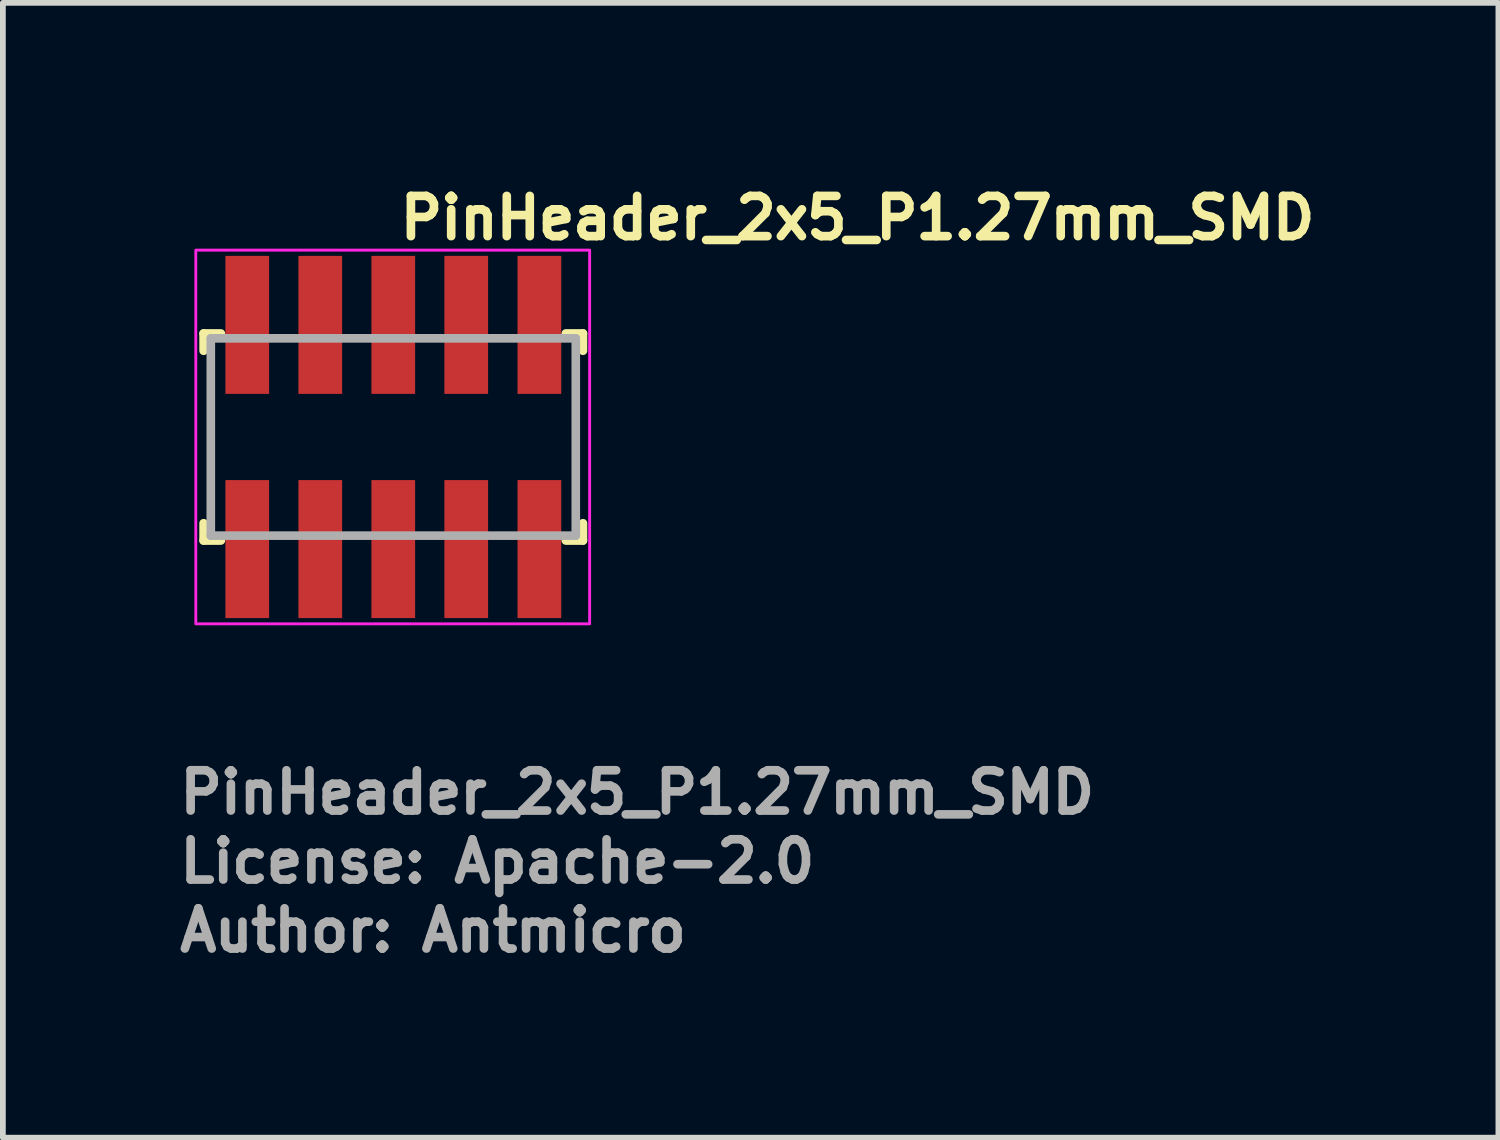
<source format=kicad_pcb>
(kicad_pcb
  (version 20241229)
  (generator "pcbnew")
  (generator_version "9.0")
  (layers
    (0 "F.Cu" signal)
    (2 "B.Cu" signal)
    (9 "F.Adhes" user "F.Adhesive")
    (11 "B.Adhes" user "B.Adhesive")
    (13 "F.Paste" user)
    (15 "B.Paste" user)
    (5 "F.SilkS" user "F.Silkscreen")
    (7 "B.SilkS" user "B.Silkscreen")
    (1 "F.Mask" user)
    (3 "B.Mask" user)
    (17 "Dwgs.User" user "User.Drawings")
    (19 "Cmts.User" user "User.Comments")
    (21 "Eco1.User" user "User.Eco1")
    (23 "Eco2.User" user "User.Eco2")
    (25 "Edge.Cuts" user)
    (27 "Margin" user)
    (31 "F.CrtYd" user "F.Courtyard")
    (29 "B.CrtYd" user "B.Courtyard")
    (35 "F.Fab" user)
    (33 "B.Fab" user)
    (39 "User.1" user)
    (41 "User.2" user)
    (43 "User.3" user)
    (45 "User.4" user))
  (footprint "PinHeader_2x5_P1.27mm_SMD"
    (layer "F.Cu")
    (at 3.831 4.55)
    (property "Reference" "PinHeader_2x5_P1.27mm_SMD" (at 0 -3.4 0) (layer "F.SilkS") (effects (font (size 0.7 0.7) (thickness 0.15)) (justify left bottom)))
    (attr smd)
    (fp_line (start -3.34 -1.801) (end -3.34 -1.5) (stroke (width 0.15) (type solid)) (layer "F.SilkS"))
    (fp_line (start -3.34 1.8) (end -3.34 1.499) (stroke (width 0.15) (type solid)) (layer "F.SilkS"))
    (fp_line (start -3.04 -1.801) (end -3.34 -1.801) (stroke (width 0.15) (type solid)) (layer "F.SilkS"))
    (fp_line (start -3.04 1.8) (end -3.34 1.8) (stroke (width 0.15) (type solid)) (layer "F.SilkS"))
    (fp_line (start 2.959 -1.801) (end 3.257 -1.801) (stroke (width 0.15) (type solid)) (layer "F.SilkS"))
    (fp_line (start 2.959 1.8) (end 3.257 1.8) (stroke (width 0.15) (type solid)) (layer "F.SilkS"))
    (fp_line (start 3.257 -1.801) (end 3.257 -1.5) (stroke (width 0.15) (type solid)) (layer "F.SilkS"))
    (fp_line (start 3.257 1.8) (end 3.257 1.499) (stroke (width 0.15) (type solid)) (layer "F.SilkS"))
    (fp_rect (start -3.476 -3.25) (end 3.373 3.249) (stroke (width 0.05) (type solid)) (fill no) (layer "F.CrtYd"))
    (fp_line (start -3.215 -1.716) (end -3.215 1.715) (stroke (width 0.15) (type solid)) (layer "F.Fab"))
    (fp_line (start 3.132 -1.716) (end -3.215 -1.716) (stroke (width 0.15) (type solid)) (layer "F.Fab"))
    (fp_line (start 3.132 -1.716) (end 3.132 1.715) (stroke (width 0.15) (type solid)) (layer "F.Fab"))
    (fp_line (start 3.132 1.715) (end -3.215 1.715) (stroke (width 0.15) (type solid)) (layer "F.Fab"))
    (fp_rect (start -3.176 -2.75) (end 3.173 2.749) (stroke (width 0.1) (type solid)) (fill no) (layer "User.5"))
    (fp_line (start -3.176 -1.44) (end -3.176 1.439) (stroke (width 0.02) (type solid)) (layer "User.9"))
    (fp_line (start -3.176 1.439) (end -3.025 1.699) (stroke (width 0.02) (type solid)) (layer "User.9"))
    (fp_line (start -3.025 -1.7) (end -3.176 -1.44) (stroke (width 0.02) (type solid)) (layer "User.9"))
    (fp_line (start -3.025 1.699) (end -2.057 1.699) (stroke (width 0.02) (type solid)) (layer "User.9"))
    (fp_line (start -2.742 -1.7) (end -2.742 -2.75) (stroke (width 0.02) (type solid)) (layer "User.9"))
    (fp_line (start -2.742 -0.835) (end -2.742 -0.435) (stroke (width 0.02) (type solid)) (layer "User.9"))
    (fp_line (start -2.742 -0.435) (end -2.34 -0.435) (stroke (width 0.02) (type solid)) (layer "User.9"))
    (fp_line (start -2.742 0.433) (end -2.34 0.433) (stroke (width 0.02) (type solid)) (layer "User.9"))
    (fp_line (start -2.742 0.833) (end -2.742 0.433) (stroke (width 0.02) (type solid)) (layer "User.9"))
    (fp_line (start -2.742 1.699) (end -2.742 2.749) (stroke (width 0.02) (type solid)) (layer "User.9"))
    (fp_line (start -2.34 -2.75) (end -2.742 -2.75) (stroke (width 0.02) (type solid)) (layer "User.9"))
    (fp_line (start -2.34 -1.7) (end -2.34 -2.75) (stroke (width 0.02) (type solid)) (layer "User.9"))
    (fp_line (start -2.34 -0.835) (end -2.742 -0.835) (stroke (width 0.02) (type solid)) (layer "User.9"))
    (fp_line (start -2.34 -0.435) (end -2.34 -0.835) (stroke (width 0.02) (type solid)) (layer "User.9"))
    (fp_line (start -2.34 0.433) (end -2.34 0.833) (stroke (width 0.02) (type solid)) (layer "User.9"))
    (fp_line (start -2.34 0.833) (end -2.742 0.833) (stroke (width 0.02) (type solid)) (layer "User.9"))
    (fp_line (start -2.34 1.699) (end -2.34 2.749) (stroke (width 0.02) (type solid)) (layer "User.9"))
    (fp_line (start -2.34 2.749) (end -2.742 2.749) (stroke (width 0.02) (type solid)) (layer "User.9"))
    (fp_line (start -2.057 -1.7) (end -3.025 -1.7) (stroke (width 0.02) (type solid)) (layer "User.9"))
    (fp_line (start -2.057 1.699) (end -1.905 1.439) (stroke (width 0.02) (type solid)) (layer "User.9"))
    (fp_line (start -1.905 -1.44) (end -2.057 -1.7) (stroke (width 0.02) (type solid)) (layer "User.9"))
    (fp_line (start -1.905 1.439) (end -1.756 1.699) (stroke (width 0.02) (type solid)) (layer "User.9"))
    (fp_line (start -1.756 -1.7) (end -1.905 -1.44) (stroke (width 0.02) (type solid)) (layer "User.9"))
    (fp_line (start -1.756 1.699) (end -0.787 1.699) (stroke (width 0.02) (type solid)) (layer "User.9"))
    (fp_line (start -1.47 -1.7) (end -1.47 -2.75) (stroke (width 0.02) (type solid)) (layer "User.9"))
    (fp_line (start -1.47 -0.835) (end -1.47 -0.435) (stroke (width 0.02) (type solid)) (layer "User.9"))
    (fp_line (start -1.47 -0.435) (end -1.071 -0.435) (stroke (width 0.02) (type solid)) (layer "User.9"))
    (fp_line (start -1.47 0.433) (end -1.071 0.433) (stroke (width 0.02) (type solid)) (layer "User.9"))
    (fp_line (start -1.47 0.833) (end -1.47 0.433) (stroke (width 0.02) (type solid)) (layer "User.9"))
    (fp_line (start -1.47 1.699) (end -1.47 2.749) (stroke (width 0.02) (type solid)) (layer "User.9"))
    (fp_line (start -1.071 -2.75) (end -1.47 -2.75) (stroke (width 0.02) (type solid)) (layer "User.9"))
    (fp_line (start -1.071 -1.7) (end -1.071 -2.75) (stroke (width 0.02) (type solid)) (layer "User.9"))
    (fp_line (start -1.071 -0.835) (end -1.47 -0.835) (stroke (width 0.02) (type solid)) (layer "User.9"))
    (fp_line (start -1.071 -0.435) (end -1.071 -0.835) (stroke (width 0.02) (type solid)) (layer "User.9"))
    (fp_line (start -1.071 0.433) (end -1.071 0.833) (stroke (width 0.02) (type solid)) (layer "User.9"))
    (fp_line (start -1.071 0.833) (end -1.47 0.833) (stroke (width 0.02) (type solid)) (layer "User.9"))
    (fp_line (start -1.071 1.699) (end -1.071 2.749) (stroke (width 0.02) (type solid)) (layer "User.9"))
    (fp_line (start -1.071 2.749) (end -1.47 2.749) (stroke (width 0.02) (type solid)) (layer "User.9"))
    (fp_line (start -0.787 -1.7) (end -1.756 -1.7) (stroke (width 0.02) (type solid)) (layer "User.9"))
    (fp_line (start -0.787 1.699) (end -0.635 1.439) (stroke (width 0.02) (type solid)) (layer "User.9"))
    (fp_line (start -0.635 -1.44) (end -0.787 -1.7) (stroke (width 0.02) (type solid)) (layer "User.9"))
    (fp_line (start -0.635 1.439) (end -0.486 1.699) (stroke (width 0.02) (type solid)) (layer "User.9"))
    (fp_line (start -0.486 -1.7) (end -0.635 -1.44) (stroke (width 0.02) (type solid)) (layer "User.9"))
    (fp_line (start -0.486 1.699) (end 0.483 1.699) (stroke (width 0.02) (type solid)) (layer "User.9"))
    (fp_line (start -0.202 -1.7) (end -0.202 -2.75) (stroke (width 0.02) (type solid)) (layer "User.9"))
    (fp_line (start -0.202 -0.835) (end -0.202 -0.435) (stroke (width 0.02) (type solid)) (layer "User.9"))
    (fp_line (start -0.202 -0.435) (end 0.199 -0.435) (stroke (width 0.02) (type solid)) (layer "User.9"))
    (fp_line (start -0.202 0.433) (end 0.199 0.433) (stroke (width 0.02) (type solid)) (layer "User.9"))
    (fp_line (start -0.202 0.833) (end -0.202 0.433) (stroke (width 0.02) (type solid)) (layer "User.9"))
    (fp_line (start -0.202 1.699) (end -0.202 2.749) (stroke (width 0.02) (type solid)) (layer "User.9"))
    (fp_line (start 0.199 -2.75) (end -0.202 -2.75) (stroke (width 0.02) (type solid)) (layer "User.9"))
    (fp_line (start 0.199 -1.7) (end 0.199 -2.75) (stroke (width 0.02) (type solid)) (layer "User.9"))
    (fp_line (start 0.199 -0.835) (end -0.202 -0.835) (stroke (width 0.02) (type solid)) (layer "User.9"))
    (fp_line (start 0.199 -0.435) (end 0.199 -0.835) (stroke (width 0.02) (type solid)) (layer "User.9"))
    (fp_line (start 0.199 0.433) (end 0.199 0.833) (stroke (width 0.02) (type solid)) (layer "User.9"))
    (fp_line (start 0.199 0.833) (end -0.202 0.833) (stroke (width 0.02) (type solid)) (layer "User.9"))
    (fp_line (start 0.199 1.699) (end 0.199 2.749) (stroke (width 0.02) (type solid)) (layer "User.9"))
    (fp_line (start 0.199 2.749) (end -0.202 2.749) (stroke (width 0.02) (type solid)) (layer "User.9"))
    (fp_line (start 0.483 -1.7) (end -0.486 -1.7) (stroke (width 0.02) (type solid)) (layer "User.9"))
    (fp_line (start 0.483 1.699) (end 0.633 1.439) (stroke (width 0.02) (type solid)) (layer "User.9"))
    (fp_line (start 0.633 -1.44) (end 0.483 -1.7) (stroke (width 0.02) (type solid)) (layer "User.9"))
    (fp_line (start 0.633 1.439) (end 0.784 1.699) (stroke (width 0.02) (type solid)) (layer "User.9"))
    (fp_line (start 0.784 -1.7) (end 0.633 -1.44) (stroke (width 0.02) (type solid)) (layer "User.9"))
    (fp_line (start 0.784 1.699) (end 1.753 1.699) (stroke (width 0.02) (type solid)) (layer "User.9"))
    (fp_line (start 1.07 -1.7) (end 1.07 -2.75) (stroke (width 0.02) (type solid)) (layer "User.9"))
    (fp_line (start 1.07 -0.835) (end 1.07 -0.435) (stroke (width 0.02) (type solid)) (layer "User.9"))
    (fp_line (start 1.07 -0.435) (end 1.469 -0.435) (stroke (width 0.02) (type solid)) (layer "User.9"))
    (fp_line (start 1.07 0.433) (end 1.469 0.433) (stroke (width 0.02) (type solid)) (layer "User.9"))
    (fp_line (start 1.07 0.833) (end 1.07 0.433) (stroke (width 0.02) (type solid)) (layer "User.9"))
    (fp_line (start 1.07 1.699) (end 1.07 2.749) (stroke (width 0.02) (type solid)) (layer "User.9"))
    (fp_line (start 1.469 -2.75) (end 1.07 -2.75) (stroke (width 0.02) (type solid)) (layer "User.9"))
    (fp_line (start 1.469 -1.7) (end 1.469 -2.75) (stroke (width 0.02) (type solid)) (layer "User.9"))
    (fp_line (start 1.469 -0.835) (end 1.07 -0.835) (stroke (width 0.02) (type solid)) (layer "User.9"))
    (fp_line (start 1.469 -0.435) (end 1.469 -0.835) (stroke (width 0.02) (type solid)) (layer "User.9"))
    (fp_line (start 1.469 0.433) (end 1.469 0.833) (stroke (width 0.02) (type solid)) (layer "User.9"))
    (fp_line (start 1.469 0.833) (end 1.07 0.833) (stroke (width 0.02) (type solid)) (layer "User.9"))
    (fp_line (start 1.469 1.699) (end 1.469 2.749) (stroke (width 0.02) (type solid)) (layer "User.9"))
    (fp_line (start 1.469 2.749) (end 1.07 2.749) (stroke (width 0.02) (type solid)) (layer "User.9"))
    (fp_line (start 1.753 -1.7) (end 0.784 -1.7) (stroke (width 0.02) (type solid)) (layer "User.9"))
    (fp_line (start 1.753 1.699) (end 1.904 1.439) (stroke (width 0.02) (type solid)) (layer "User.9"))
    (fp_line (start 1.904 -1.44) (end 1.753 -1.7) (stroke (width 0.02) (type solid)) (layer "User.9"))
    (fp_line (start 1.904 1.439) (end 2.055 1.699) (stroke (width 0.02) (type solid)) (layer "User.9"))
    (fp_line (start 2.055 -1.7) (end 1.904 -1.44) (stroke (width 0.02) (type solid)) (layer "User.9"))
    (fp_line (start 2.055 1.699) (end 3.023 1.699) (stroke (width 0.02) (type solid)) (layer "User.9"))
    (fp_line (start 2.338 -1.7) (end 2.338 -2.75) (stroke (width 0.02) (type solid)) (layer "User.9"))
    (fp_line (start 2.338 -0.835) (end 2.338 -0.435) (stroke (width 0.02) (type solid)) (layer "User.9"))
    (fp_line (start 2.338 -0.435) (end 2.738 -0.435) (stroke (width 0.02) (type solid)) (layer "User.9"))
    (fp_line (start 2.338 0.433) (end 2.738 0.433) (stroke (width 0.02) (type solid)) (layer "User.9"))
    (fp_line (start 2.338 0.833) (end 2.338 0.433) (stroke (width 0.02) (type solid)) (layer "User.9"))
    (fp_line (start 2.338 1.699) (end 2.338 2.749) (stroke (width 0.02) (type solid)) (layer "User.9"))
    (fp_line (start 2.738 -2.75) (end 2.338 -2.75) (stroke (width 0.02) (type solid)) (layer "User.9"))
    (fp_line (start 2.738 -1.7) (end 2.738 -2.75) (stroke (width 0.02) (type solid)) (layer "User.9"))
    (fp_line (start 2.738 -0.835) (end 2.338 -0.835) (stroke (width 0.02) (type solid)) (layer "User.9"))
    (fp_line (start 2.738 -0.435) (end 2.738 -0.835) (stroke (width 0.02) (type solid)) (layer "User.9"))
    (fp_line (start 2.738 0.433) (end 2.738 0.833) (stroke (width 0.02) (type solid)) (layer "User.9"))
    (fp_line (start 2.738 0.833) (end 2.338 0.833) (stroke (width 0.02) (type solid)) (layer "User.9"))
    (fp_line (start 2.738 1.699) (end 2.738 2.749) (stroke (width 0.02) (type solid)) (layer "User.9"))
    (fp_line (start 2.738 2.749) (end 2.338 2.749) (stroke (width 0.02) (type solid)) (layer "User.9"))
    (fp_line (start 3.023 -1.7) (end 2.055 -1.7) (stroke (width 0.02) (type solid)) (layer "User.9"))
    (fp_line (start 3.023 1.699) (end 3.173 1.439) (stroke (width 0.02) (type solid)) (layer "User.9"))
    (fp_line (start 3.173 -1.44) (end 3.023 -1.7) (stroke (width 0.02) (type solid)) (layer "User.9"))
    (fp_line (start 3.173 1.439) (end 3.173 -1.44) (stroke (width 0.02) (type solid)) (layer "User.9"))
    (fp_text user "${REFERENCE}" (at -3.831 6.589 0) (layer "F.Fab") (effects (font (size 0.7 0.7) (thickness 0.15)) (justify left bottom)))
    (fp_text user "License: Apache-2.0" (at -3.831 7.789 0) (layer "F.Fab") (effects (font (size 0.7 0.7) (thickness 0.15)) (justify left bottom)))
    (fp_text user "Author: Antmicro" (at -3.831 8.989 0) (layer "F.Fab") (effects (font (size 0.7 0.7) (thickness 0.15)) (justify left bottom)))
    (pad "1" smd rect (at -2.581 1.949) (size 0.76 2.4) (layers "F.Cu" "F.Mask" "F.Paste"))
    (pad "2" smd rect (at -2.581 -1.95) (size 0.76 2.4) (layers "F.Cu" "F.Mask" "F.Paste"))
    (pad "3" smd rect (at -1.311 1.949) (size 0.76 2.4) (layers "F.Cu" "F.Mask" "F.Paste"))
    (pad "4" smd rect (at -1.311 -1.95) (size 0.76 2.4) (layers "F.Cu" "F.Mask" "F.Paste"))
    (pad "5" smd rect (at -0.042 1.949) (size 0.76 2.4) (layers "F.Cu" "F.Mask" "F.Paste"))
    (pad "6" smd rect (at -0.042 -1.95) (size 0.76 2.4) (layers "F.Cu" "F.Mask" "F.Paste"))
    (pad "7" smd rect (at 1.227 1.949) (size 0.76 2.4) (layers "F.Cu" "F.Mask" "F.Paste"))
    (pad "8" smd rect (at 1.227 -1.95) (size 0.76 2.4) (layers "F.Cu" "F.Mask" "F.Paste"))
    (pad "9" smd rect (at 2.499 1.949) (size 0.76 2.4) (layers "F.Cu" "F.Mask" "F.Paste"))
    (pad "10" smd rect (at 2.499 -1.95) (size 0.76 2.4) (layers "F.Cu" "F.Mask" "F.Paste")))
  (gr_rect
    (start -3 -3)
    (end 23.008 16.735)
    (stroke (width 0.1) (type default))
    (fill no)
    (layer "Edge.Cuts")))
</source>
